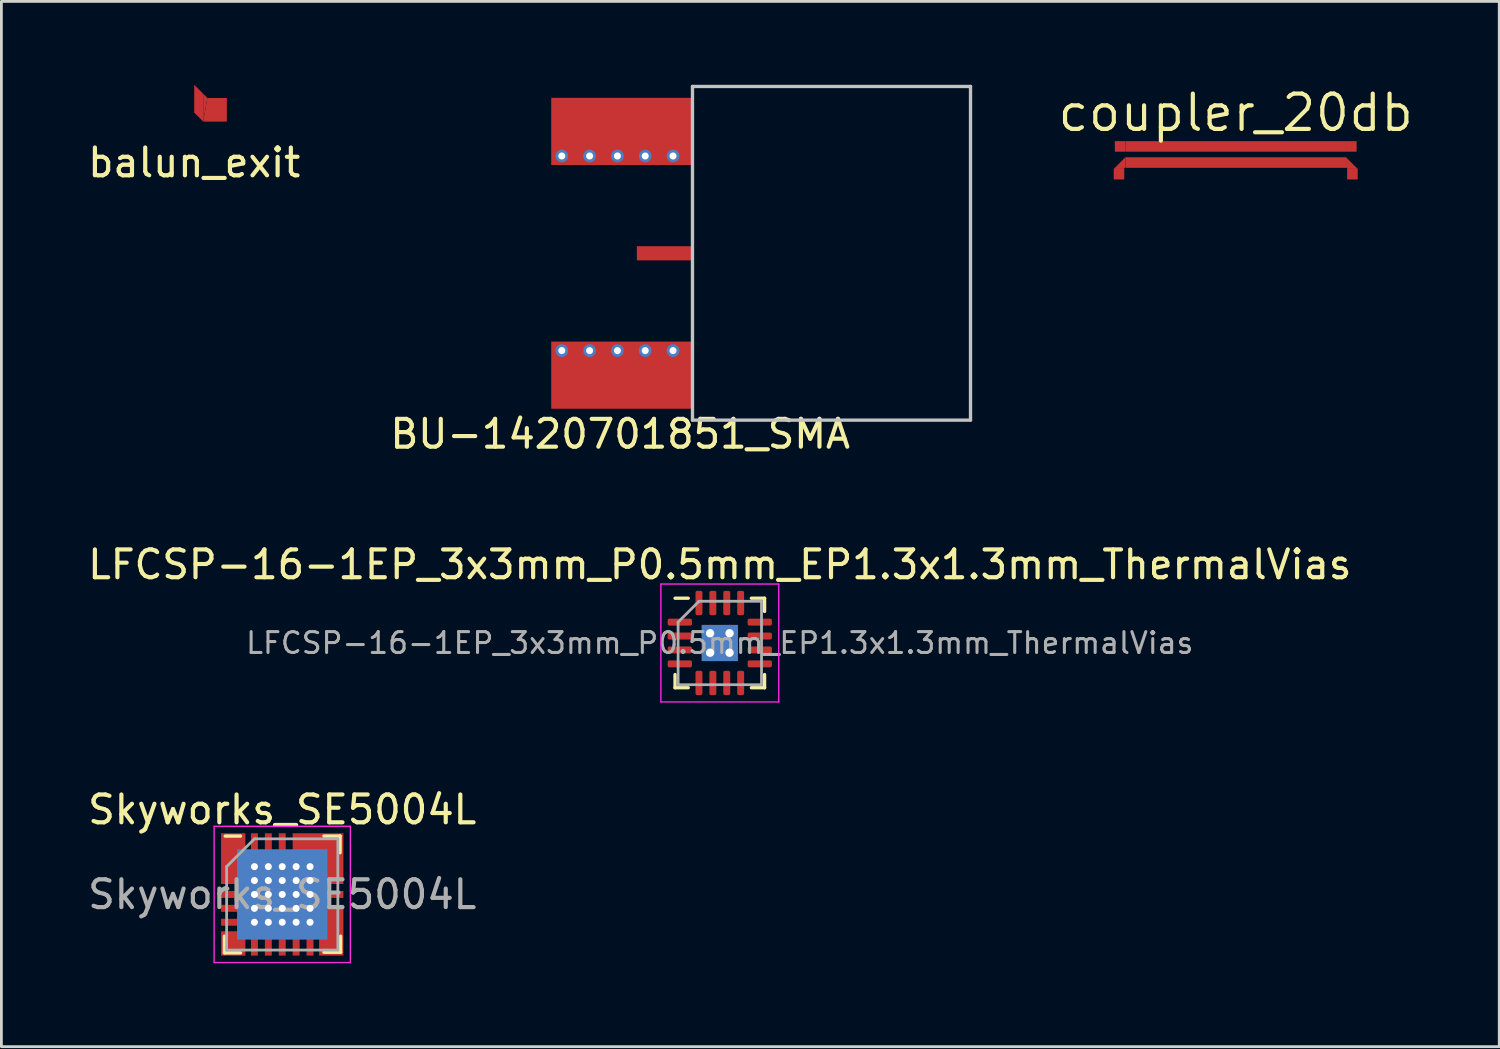
<source format=kicad_pcb>
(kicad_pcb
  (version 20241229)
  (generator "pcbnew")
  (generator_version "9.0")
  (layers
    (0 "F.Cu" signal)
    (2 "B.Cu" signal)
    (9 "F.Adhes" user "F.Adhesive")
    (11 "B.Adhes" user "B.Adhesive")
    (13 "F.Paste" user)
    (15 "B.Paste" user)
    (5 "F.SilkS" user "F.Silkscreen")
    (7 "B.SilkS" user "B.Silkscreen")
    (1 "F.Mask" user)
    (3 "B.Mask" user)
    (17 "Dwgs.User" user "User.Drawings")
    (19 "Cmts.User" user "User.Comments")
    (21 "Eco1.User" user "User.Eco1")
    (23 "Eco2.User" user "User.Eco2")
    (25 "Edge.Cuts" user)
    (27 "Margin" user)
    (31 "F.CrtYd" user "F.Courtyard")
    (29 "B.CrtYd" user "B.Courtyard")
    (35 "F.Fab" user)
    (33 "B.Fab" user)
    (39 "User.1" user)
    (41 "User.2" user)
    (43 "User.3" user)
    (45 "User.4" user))
  (footprint "Skyworks_SE5004L"
    (layer "F.Cu")
    (at 7.101 29.12)
    (property "Reference" "Skyworks_SE5004L" (at 0 -3.05 0) (layer "F.SilkS") (effects (font (size 1 1) (thickness 0.15))))
    (attr smd)
    (fp_poly (pts (xy -1.45 -0.825) (xy -2.25 -0.825) (xy -2.25 -1.175) (xy -1.45 -1.175)) (stroke (width 0) (type solid)) (fill yes) (layer "F.Mask"))
    (fp_poly (pts (xy -1.45 -0.325) (xy -2.25 -0.325) (xy -2.25 -0.675) (xy -1.45 -0.675)) (stroke (width 0) (type solid)) (fill yes) (layer "F.Mask"))
    (fp_poly (pts (xy -1.45 0.175) (xy -2.25 0.175) (xy -2.25 -0.175) (xy -1.45 -0.175)) (stroke (width 0) (type solid)) (fill yes) (layer "F.Mask"))
    (fp_poly (pts (xy -1.45 0.675) (xy -2.25 0.675) (xy -2.25 0.325) (xy -1.45 0.325)) (stroke (width 0) (type solid)) (fill yes) (layer "F.Mask"))
    (fp_poly (pts (xy -1.45 1.175) (xy -2.25 1.175) (xy -2.25 0.825) (xy -1.45 0.825)) (stroke (width 0) (type solid)) (fill yes) (layer "F.Mask"))
    (fp_poly (pts (xy -0.825 -2.25) (xy -0.825 -1.45) (xy -1.175 -1.45) (xy -1.175 -2.25)) (stroke (width 0) (type solid)) (fill yes) (layer "F.Mask"))
    (fp_poly (pts (xy -0.825 1.45) (xy -0.825 2.25) (xy -1.175 2.25) (xy -1.175 1.45)) (stroke (width 0) (type solid)) (fill yes) (layer "F.Mask"))
    (fp_poly (pts (xy -0.325 -2.25) (xy -0.325 -1.45) (xy -0.675 -1.45) (xy -0.675 -2.25)) (stroke (width 0) (type solid)) (fill yes) (layer "F.Mask"))
    (fp_poly (pts (xy -0.325 1.45) (xy -0.325 2.25) (xy -0.675 2.25) (xy -0.675 1.45)) (stroke (width 0) (type solid)) (fill yes) (layer "F.Mask"))
    (fp_poly (pts (xy 0.175 -2.25) (xy 0.175 -1.45) (xy -0.175 -1.45) (xy -0.175 -2.25)) (stroke (width 0) (type solid)) (fill yes) (layer "F.Mask"))
    (fp_poly (pts (xy 0.175 1.45) (xy 0.175 2.25) (xy -0.175 2.25) (xy -0.175 1.45)) (stroke (width 0) (type solid)) (fill yes) (layer "F.Mask"))
    (fp_poly (pts (xy 0.675 -2.25) (xy 0.675 -1.45) (xy 0.325 -1.45) (xy 0.325 -2.25)) (stroke (width 0) (type solid)) (fill yes) (layer "F.Mask"))
    (fp_poly (pts (xy 0.675 1.45) (xy 0.675 2.25) (xy 0.325 2.25) (xy 0.325 1.45)) (stroke (width 0) (type solid)) (fill yes) (layer "F.Mask"))
    (fp_poly (pts (xy 1.175 -2.25) (xy 1.175 -1.45) (xy 0.825 -1.45) (xy 0.825 -2.25)) (stroke (width 0) (type solid)) (fill yes) (layer "F.Mask"))
    (fp_poly (pts (xy 1.175 1.45) (xy 1.175 2.25) (xy 0.825 2.25) (xy 0.825 1.45)) (stroke (width 0) (type solid)) (fill yes) (layer "F.Mask"))
    (fp_poly (pts (xy 1.2 1.2) (xy -1.2 1.2) (xy -1.2 -1.2) (xy 1.2 -1.2)) (stroke (width 0) (type solid)) (fill yes) (layer "F.Mask"))
    (fp_poly (pts (xy 2.25 -0.825) (xy 1.45 -0.825) (xy 1.45 -1.175) (xy 2.25 -1.175)) (stroke (width 0) (type solid)) (fill yes) (layer "F.Mask"))
    (fp_poly (pts (xy 2.25 -0.325) (xy 1.45 -0.325) (xy 1.45 -0.675) (xy 2.25 -0.675)) (stroke (width 0) (type solid)) (fill yes) (layer "F.Mask"))
    (fp_poly (pts (xy 2.25 0.175) (xy 1.45 0.175) (xy 1.45 -0.175) (xy 2.25 -0.175)) (stroke (width 0) (type solid)) (fill yes) (layer "F.Mask"))
    (fp_poly (pts (xy 2.25 0.675) (xy 1.45 0.675) (xy 1.45 0.325) (xy 2.25 0.325)) (stroke (width 0) (type solid)) (fill yes) (layer "F.Mask"))
    (fp_poly (pts (xy 2.25 1.175) (xy 1.45 1.175) (xy 1.45 0.825) (xy 2.25 0.825)) (stroke (width 0) (type solid)) (fill yes) (layer "F.Mask"))
    (fp_poly (pts (xy 1.625 1.625) (xy -1.625 1.625) (xy -1.625 -1.625) (xy 1.625 -1.625)) (stroke (width 0) (type solid)) (fill yes) (layer "B.Cu"))
    (fp_line (start -2.08 1.5) (end -2.08 2.1) (stroke (width 0.12) (type solid)) (layer "F.SilkS"))
    (fp_line (start -2.05 -2.1) (end -1.5 -2.1) (stroke (width 0.12) (type solid)) (layer "F.SilkS"))
    (fp_line (start -1.5 2.1) (end -2.08 2.1) (stroke (width 0.12) (type solid)) (layer "F.SilkS"))
    (fp_line (start 1.5 -2.1) (end 2.08 -2.1) (stroke (width 0.12) (type solid)) (layer "F.SilkS"))
    (fp_line (start 1.5 2.08) (end 2.1 2.08) (stroke (width 0.12) (type solid)) (layer "F.SilkS"))
    (fp_line (start 2.08 -1.5) (end 2.08 -2.1) (stroke (width 0.12) (type solid)) (layer "F.SilkS"))
    (fp_line (start 2.1 1.5) (end 2.1 2.08) (stroke (width 0.12) (type solid)) (layer "F.SilkS"))
    (fp_poly (pts (xy -1.5 -0.875) (xy -2.2 -0.875) (xy -2.2 -1.125) (xy -1.5 -1.125)) (stroke (width 0) (type solid)) (fill yes) (layer "F.Paste"))
    (fp_poly (pts (xy -1.5 -0.375) (xy -2.2 -0.375) (xy -2.2 -0.625) (xy -1.5 -0.625)) (stroke (width 0) (type solid)) (fill yes) (layer "F.Paste"))
    (fp_poly (pts (xy -0.1 -0.1) (xy -1.15 -0.1) (xy -1.15 -1.15) (xy -0.1 -1.15)) (stroke (width 0) (type solid)) (fill yes) (layer "F.Paste"))
    (fp_poly (pts (xy -0.1 1.15) (xy -1.15 1.15) (xy -1.15 0.1) (xy -0.1 0.1)) (stroke (width 0) (type solid)) (fill yes) (layer "F.Paste"))
    (fp_poly (pts (xy 0.375 -1.5) (xy 0.375 -2.2) (xy 0.625 -2.2) (xy 0.625 -1.5)) (stroke (width 0) (type solid)) (fill yes) (layer "F.Paste"))
    (fp_poly (pts (xy 0.875 -1.5) (xy 0.875 -2.2) (xy 1.125 -2.2) (xy 1.125 -1.5)) (stroke (width 0) (type solid)) (fill yes) (layer "F.Paste"))
    (fp_poly (pts (xy 1.15 -0.1) (xy 0.1 -0.1) (xy 0.1 -1.15) (xy 1.15 -1.15)) (stroke (width 0) (type solid)) (fill yes) (layer "F.Paste"))
    (fp_poly (pts (xy 1.15 1.15) (xy 0.1 1.15) (xy 0.1 0.1) (xy 1.15 0.1)) (stroke (width 0) (type solid)) (fill yes) (layer "F.Paste"))
    (fp_poly (pts (xy 2.2 -0.875) (xy 1.5 -0.875) (xy 1.5 -1.125) (xy 2.2 -1.125)) (stroke (width 0) (type solid)) (fill yes) (layer "F.Paste"))
    (fp_poly (pts (xy 2.2 -0.375) (xy 1.5 -0.375) (xy 1.5 -0.625) (xy 2.2 -0.625)) (stroke (width 0) (type solid)) (fill yes) (layer "F.Paste"))
    (fp_poly (pts (xy 2.2 0.625) (xy 1.5 0.625) (xy 1.5 0.375) (xy 2.2 0.375)) (stroke (width 0) (type solid)) (fill yes) (layer "F.Paste"))
    (fp_poly (pts (xy 2.2 1.125) (xy 1.5 1.125) (xy 1.5 0.875) (xy 2.2 0.875)) (stroke (width 0) (type solid)) (fill yes) (layer "F.Paste"))
    (fp_line (start -2.45 -2.45) (end 2.45 -2.45) (stroke (width 0.05) (type solid)) (layer "F.CrtYd"))
    (fp_line (start -2.45 2.45) (end -2.45 -2.45) (stroke (width 0.05) (type solid)) (layer "F.CrtYd"))
    (fp_line (start 2.45 -2.45) (end 2.45 2.45) (stroke (width 0.05) (type solid)) (layer "F.CrtYd"))
    (fp_line (start 2.45 2.45) (end -2.45 2.45) (stroke (width 0.05) (type solid)) (layer "F.CrtYd"))
    (fp_line (start -2 -1) (end -1 -2) (stroke (width 0.1) (type solid)) (layer "F.Fab"))
    (fp_line (start -2 2) (end -2 -1) (stroke (width 0.1) (type solid)) (layer "F.Fab"))
    (fp_line (start -1 -2) (end 2 -2) (stroke (width 0.1) (type solid)) (layer "F.Fab"))
    (fp_line (start 2 -2) (end 2 2) (stroke (width 0.1) (type solid)) (layer "F.Fab"))
    (fp_line (start 2 2) (end -2 2) (stroke (width 0.1) (type solid)) (layer "F.Fab"))
    (fp_text user "${REFERENCE}" (at 0 0 0) (layer "F.Fab") (effects (font (size 1 1) (thickness 0.15))))
    (pad "1" thru_hole circle (at -1 -1 270) (size 0.254 0.254) (drill 0.254) (layers "*.Cu" "F.Mask"))
    (pad "1" thru_hole circle (at -1 -0.5 270) (size 0.254 0.254) (drill 0.254) (layers "*.Cu" "F.Mask"))
    (pad "1" thru_hole circle (at -1 0 270) (size 0.254 0.254) (drill 0.254) (layers "*.Cu" "F.Mask"))
    (pad "1" thru_hole circle (at -1 0.5 270) (size 0.254 0.254) (drill 0.254) (layers "*.Cu" "F.Mask"))
    (pad "1" thru_hole circle (at -1 1 270) (size 0.254 0.254) (drill 0.254) (layers "*.Cu" "F.Mask"))
    (pad "1" thru_hole circle (at -0.5 -1 270) (size 0.254 0.254) (drill 0.254) (layers "*.Cu" "F.Mask"))
    (pad "1" thru_hole circle (at -0.5 -0.5 270) (size 0.254 0.254) (drill 0.254) (layers "*.Cu" "F.Mask"))
    (pad "1" thru_hole circle (at -0.5 0 270) (size 0.254 0.254) (drill 0.254) (layers "*.Cu" "F.Mask"))
    (pad "1" thru_hole circle (at -0.5 0.5 270) (size 0.254 0.254) (drill 0.254) (layers "*.Cu" "F.Mask"))
    (pad "1" thru_hole circle (at -0.5 1 270) (size 0.254 0.254) (drill 0.254) (layers "*.Cu" "F.Mask"))
    (pad "1" thru_hole circle (at 0 -1 270) (size 0.254 0.254) (drill 0.254) (layers "*.Cu" "F.Mask"))
    (pad "1" thru_hole circle (at 0 -0.5 270) (size 0.254 0.254) (drill 0.254) (layers "*.Cu" "F.Mask"))
    (pad "1" smd custom (at 0 0) (size 0.25 0.7) (layers "F.Cu") (options (anchor rect)) (primitives (gr_poly (pts (xy -1.325 -1.3) (xy 0.375 -1.3) (xy 0.375 -2.2) (xy 2.2 -2.2) (xy 2.2 -0.375) (xy 1.3 -0.375) (xy 1.3 0.375) (xy 2.2 0.375) (xy 2.2 2.2) (xy 1.325 2.2) (xy 1.325 1.3) (xy -1.21 1.3) (xy -1.325 1.415) (xy -1.325 2.2) (xy -2.2 2.2) (xy -2.2 1.325) (xy -1.415 1.325) (xy -1.3 1.21) (xy -1.3 0.625) (xy -2.2 0.625) (xy -2.2 0.375) (xy -1.3 0.375) (xy -1.3 -0.375) (xy -2.2 -0.375) (xy -2.2 -2.2) (xy -1.325 -2.2)) (width 0) (fill yes))))
    (pad "1" thru_hole circle (at 0 0 270) (size 0.254 0.254) (drill 0.254) (layers "*.Cu" "F.Mask"))
    (pad "1" thru_hole circle (at 0 0.5 270) (size 0.254 0.254) (drill 0.254) (layers "*.Cu" "F.Mask"))
    (pad "1" thru_hole circle (at 0 1 270) (size 0.254 0.254) (drill 0.254) (layers "*.Cu" "F.Mask"))
    (pad "1" thru_hole circle (at 0.5 -1 270) (size 0.254 0.254) (drill 0.254) (layers "*.Cu" "F.Mask"))
    (pad "1" thru_hole circle (at 0.5 -0.5 270) (size 0.254 0.254) (drill 0.254) (layers "*.Cu" "F.Mask"))
    (pad "1" thru_hole circle (at 0.5 0 270) (size 0.254 0.254) (drill 0.254) (layers "*.Cu" "F.Mask"))
    (pad "1" thru_hole circle (at 0.5 0.5 270) (size 0.254 0.254) (drill 0.254) (layers "*.Cu" "F.Mask"))
    (pad "1" thru_hole circle (at 0.5 1 270) (size 0.254 0.254) (drill 0.254) (layers "*.Cu" "F.Mask"))
    (pad "1" thru_hole circle (at 1 -1 270) (size 0.254 0.254) (drill 0.254) (layers "*.Cu" "F.Mask"))
    (pad "1" thru_hole circle (at 1 -0.5 270) (size 0.254 0.254) (drill 0.254) (layers "*.Cu" "F.Mask"))
    (pad "1" thru_hole circle (at 1 0 270) (size 0.254 0.254) (drill 0.254) (layers "*.Cu" "F.Mask"))
    (pad "1" thru_hole circle (at 1 0.5 270) (size 0.254 0.254) (drill 0.254) (layers "*.Cu" "F.Mask"))
    (pad "1" thru_hole circle (at 1 1 270) (size 0.254 0.254) (drill 0.254) (layers "*.Cu" "F.Mask"))
    (pad "3" smd rect (at -1.85 0 90) (size 0.25 0.7) (layers "F.Cu" "F.Paste"))
    (pad "5" smd rect (at -1.85 1 90) (size 0.25 0.7) (layers "F.Cu" "F.Paste"))
    (pad "6" smd rect (at -1 1.85 180) (size 0.25 0.7) (layers "F.Cu" "F.Paste"))
    (pad "7" smd rect (at -0.5 1.85 180) (size 0.25 0.7) (layers "F.Cu" "F.Paste"))
    (pad "8" smd rect (at 0 1.85 180) (size 0.25 0.7) (layers "F.Cu" "F.Paste"))
    (pad "9" smd rect (at 0.5 1.85 180) (size 0.25 0.7) (layers "F.Cu" "F.Paste"))
    (pad "10" smd rect (at 1 1.85 180) (size 0.25 0.7) (layers "F.Cu" "F.Paste"))
    (pad "13" smd rect (at 1.85 0 90) (size 0.25 0.7) (layers "F.Cu" "F.Paste"))
    (pad "18" smd rect (at 0 -1.85 180) (size 0.25 0.7) (layers "F.Cu" "F.Paste"))
    (pad "19" smd rect (at -0.5 -1.85 180) (size 0.25 0.7) (layers "F.Cu" "F.Paste"))
    (pad "20" smd rect (at -1 -1.85 180) (size 0.25 0.7) (layers "F.Cu" "F.Paste")))
  (footprint "LFCSP-16-1EP_3x3mm_P0.5mm_EP1.3x1.3mm_ThermalVias"
    (layer "F.Cu")
    (at 22.839 20.076)
    (property "Reference" "LFCSP-16-1EP_3x3mm_P0.5mm_EP1.3x1.3mm_ThermalVias" (at 0 -2.82 0) (layer "F.SilkS") (effects (font (size 1 1) (thickness 0.15))))
    (attr smd)
    (fp_line (start -1.61 1.61) (end -1.61 1.135) (stroke (width 0.12) (type solid)) (layer "F.SilkS"))
    (fp_line (start -1.135 -1.61) (end -1.61 -1.61) (stroke (width 0.12) (type solid)) (layer "F.SilkS"))
    (fp_line (start -1.135 1.61) (end -1.61 1.61) (stroke (width 0.12) (type solid)) (layer "F.SilkS"))
    (fp_line (start 1.135 -1.61) (end 1.61 -1.61) (stroke (width 0.12) (type solid)) (layer "F.SilkS"))
    (fp_line (start 1.135 1.61) (end 1.61 1.61) (stroke (width 0.12) (type solid)) (layer "F.SilkS"))
    (fp_line (start 1.61 -1.61) (end 1.61 -1.135) (stroke (width 0.12) (type solid)) (layer "F.SilkS"))
    (fp_line (start 1.61 1.61) (end 1.61 1.135) (stroke (width 0.12) (type solid)) (layer "F.SilkS"))
    (fp_line (start -2.12 -2.12) (end -2.12 2.12) (stroke (width 0.05) (type solid)) (layer "F.CrtYd"))
    (fp_line (start -2.12 2.12) (end 2.12 2.12) (stroke (width 0.05) (type solid)) (layer "F.CrtYd"))
    (fp_line (start 2.12 -2.12) (end -2.12 -2.12) (stroke (width 0.05) (type solid)) (layer "F.CrtYd"))
    (fp_line (start 2.12 2.12) (end 2.12 -2.12) (stroke (width 0.05) (type solid)) (layer "F.CrtYd"))
    (fp_line (start -1.5 -0.75) (end -0.75 -1.5) (stroke (width 0.1) (type solid)) (layer "F.Fab"))
    (fp_line (start -1.5 1.5) (end -1.5 -0.75) (stroke (width 0.1) (type solid)) (layer "F.Fab"))
    (fp_line (start -0.75 -1.5) (end 1.5 -1.5) (stroke (width 0.1) (type solid)) (layer "F.Fab"))
    (fp_line (start 1.5 -1.5) (end 1.5 1.5) (stroke (width 0.1) (type solid)) (layer "F.Fab"))
    (fp_line (start 1.5 1.5) (end -1.5 1.5) (stroke (width 0.1) (type solid)) (layer "F.Fab"))
    (fp_text user "${REFERENCE}" (at 0 0 0) (layer "F.Fab") (effects (font (size 0.75 0.75) (thickness 0.11))))
    (pad "" smd roundrect (at -0.325 -0.325) (size 0.56 0.56) (layers "F.Paste") (roundrect_rratio 0.25))
    (pad "" smd roundrect (at -0.325 0.325) (size 0.56 0.56) (layers "F.Paste") (roundrect_rratio 0.25))
    (pad "" smd roundrect (at 0.325 -0.325) (size 0.56 0.56) (layers "F.Paste") (roundrect_rratio 0.25))
    (pad "" smd roundrect (at 0.325 0.325) (size 0.56 0.56) (layers "F.Paste") (roundrect_rratio 0.25))
    (pad "1" smd roundrect (at -1.438 -0.75) (size 0.875 0.25) (layers "F.Cu" "F.Mask" "F.Paste") (roundrect_rratio 0.25))
    (pad "2" smd roundrect (at -1.438 -0.25) (size 0.875 0.25) (layers "F.Cu" "F.Mask" "F.Paste") (roundrect_rratio 0.25))
    (pad "3" smd roundrect (at -1.438 0.25) (size 0.875 0.25) (layers "F.Cu" "F.Mask" "F.Paste") (roundrect_rratio 0.25))
    (pad "4" smd roundrect (at -1.438 0.75) (size 0.875 0.25) (layers "F.Cu" "F.Mask" "F.Paste") (roundrect_rratio 0.25))
    (pad "5" smd roundrect (at -0.75 1.438) (size 0.25 0.875) (layers "F.Cu" "F.Mask" "F.Paste") (roundrect_rratio 0.25))
    (pad "6" smd roundrect (at -0.25 1.438) (size 0.25 0.875) (layers "F.Cu" "F.Mask" "F.Paste") (roundrect_rratio 0.25))
    (pad "7" smd roundrect (at 0.25 1.438) (size 0.25 0.875) (layers "F.Cu" "F.Mask" "F.Paste") (roundrect_rratio 0.25))
    (pad "8" smd roundrect (at 0.75 1.438) (size 0.25 0.875) (layers "F.Cu" "F.Mask" "F.Paste") (roundrect_rratio 0.25))
    (pad "9" smd roundrect (at 1.438 0.75) (size 0.875 0.25) (layers "F.Cu" "F.Mask" "F.Paste") (roundrect_rratio 0.25))
    (pad "10" smd roundrect (at 1.438 0.25) (size 0.875 0.25) (layers "F.Cu" "F.Mask" "F.Paste") (roundrect_rratio 0.25))
    (pad "11" smd roundrect (at 1.438 -0.25) (size 0.875 0.25) (layers "F.Cu" "F.Mask" "F.Paste") (roundrect_rratio 0.25))
    (pad "12" smd roundrect (at 1.438 -0.75) (size 0.875 0.25) (layers "F.Cu" "F.Mask" "F.Paste") (roundrect_rratio 0.25))
    (pad "13" smd roundrect (at 0.75 -1.438) (size 0.25 0.875) (layers "F.Cu" "F.Mask" "F.Paste") (roundrect_rratio 0.25))
    (pad "14" smd roundrect (at 0.25 -1.438) (size 0.25 0.875) (layers "F.Cu" "F.Mask" "F.Paste") (roundrect_rratio 0.25))
    (pad "15" smd roundrect (at -0.25 -1.438) (size 0.25 0.875) (layers "F.Cu" "F.Mask" "F.Paste") (roundrect_rratio 0.25))
    (pad "16" smd roundrect (at -0.75 -1.438) (size 0.25 0.875) (layers "F.Cu" "F.Mask" "F.Paste") (roundrect_rratio 0.25))
    (pad "17" thru_hole circle (at -0.35 -0.35) (size 0.6 0.6) (drill 0.3) (layers "*.Cu"))
    (pad "17" thru_hole circle (at -0.35 0.35) (size 0.6 0.6) (drill 0.3) (layers "*.Cu"))
    (pad "17" smd rect (at 0 0) (size 1.3 1.3) (layers "F.Cu" "F.Mask"))
    (pad "17" smd rect (at 0 0) (size 1.3 1.3) (layers "B.Cu"))
    (pad "17" thru_hole circle (at 0.35 -0.35) (size 0.6 0.6) (drill 0.3) (layers "*.Cu"))
    (pad "17" thru_hole circle (at 0.35 0.35) (size 0.6 0.6) (drill 0.3) (layers "*.Cu")))
  (footprint "BU-1420701851_SMA"
    (layer "F.Cu")
    (at 21.856 6.06)
    (property "Reference" "BU-1420701851_SMA" (at -2.6 6.5 0) (layer "F.SilkS") (effects (font (size 1 1) (thickness 0.15))))
    (attr through_hole)
    (fp_line (start 0 -6) (end 0 6) (stroke (width 0.12) (type solid)) (layer "Dwgs.User"))
    (fp_line (start 0 6) (end 10 6) (stroke (width 0.12) (type solid)) (layer "Dwgs.User"))
    (fp_line (start 10 -6) (end 0 -6) (stroke (width 0.12) (type solid)) (layer "Dwgs.User"))
    (fp_line (start 10 6) (end 10 -6) (stroke (width 0.12) (type solid)) (layer "Dwgs.User"))
    (pad "1" smd rect (at -1 0) (size 2 0.51) (layers "F.Cu" "F.Mask"))
    (pad "2" thru_hole circle (at -4.7 -3.5) (size 0.457 0.457) (drill 0.254) (layers "*.Cu" "*.Mask"))
    (pad "2" thru_hole circle (at -4.7 3.5) (size 0.457 0.457) (drill 0.254) (layers "*.Cu" "*.Mask"))
    (pad "2" thru_hole circle (at -3.7 -3.5) (size 0.457 0.457) (drill 0.254) (layers "*.Cu" "*.Mask"))
    (pad "2" thru_hole circle (at -3.7 3.5) (size 0.457 0.457) (drill 0.254) (layers "*.Cu" "*.Mask"))
    (pad "2" thru_hole circle (at -2.7 -3.5) (size 0.457 0.457) (drill 0.254) (layers "*.Cu" "*.Mask"))
    (pad "2" thru_hole circle (at -2.7 3.5) (size 0.457 0.457) (drill 0.254) (layers "*.Cu" "*.Mask"))
    (pad "2" smd rect (at -2.54 -4.383) (size 5.08 2.415) (layers "F.Cu" "F.Mask"))
    (pad "2" smd rect (at -2.54 4.383) (size 5.08 2.415) (layers "F.Cu" "F.Mask"))
    (pad "2" thru_hole circle (at -1.7 -3.5) (size 0.457 0.457) (drill 0.254) (layers "*.Cu" "*.Mask"))
    (pad "2" thru_hole circle (at -1.7 3.5) (size 0.457 0.457) (drill 0.254) (layers "*.Cu" "*.Mask"))
    (pad "2" thru_hole circle (at -0.7 -3.5) (size 0.457 0.457) (drill 0.254) (layers "*.Cu" "*.Mask"))
    (pad "2" thru_hole circle (at -0.7 3.5) (size 0.457 0.457) (drill 0.254) (layers "*.Cu" "*.Mask")))
  (footprint "coupler_20db"
    (layer "F.Cu")
    (at 41.394 2.506)
    (property "Reference" "coupler_20db" (at 0 -1.5 0) (layer "F.SilkS") (effects (font (size 1.27 1.27) (thickness 0.15))))
    (attr exclude_from_pos_files exclude_from_bom)
    (fp_poly (pts (xy -3.968 -0.1) (xy -3.968 -0.48) (xy 3.968 -0.48) (xy 3.968 -0.1)) (stroke (width 0) (type solid)) (fill yes) (layer "F.Cu"))
    (fp_poly (pts (xy -3.968 0.48) (xy -3.968 0.1) (xy 3.968 0.1) (xy 3.968 0.48)) (stroke (width 0) (type solid)) (fill yes) (layer "F.Cu"))
    (fp_poly (pts (xy -4.388 0.519) (xy -4.008 0.519) (xy -4.008 0.48) (xy -3.968 0.48) (xy -3.968 0.1)) (stroke (width 0) (type solid)) (fill yes) (layer "F.Cu"))
    (fp_poly (pts (xy 3.968 0.1) (xy 3.968 0.48) (xy 4.008 0.48) (xy 4.008 0.519) (xy 4.388 0.519)) (stroke (width 0) (type solid)) (fill yes) (layer "F.Cu"))
    (pad "1" smd rect (at -4.158 -0.29) (size 0.38 0.38) (layers "F.Cu"))
    (pad "2" smd rect (at 4.158 -0.29) (size 0.38 0.38) (layers "F.Cu"))
    (pad "3" smd rect (at -4.198 0.709) (size 0.38 0.38) (layers "F.Cu"))
    (pad "4" smd rect (at 4.198 0.709) (size 0.38 0.38) (layers "F.Cu")))
  (footprint "balun_exit"
    (layer "F.Cu")
    (at 3.935 1)
    (property "Reference" "balun_exit" (at 0 1.8 0) (layer "F.SilkS") (effects (font (size 1 1) (thickness 0.15))))
    (attr through_hole)
    (fp_poly (pts (xy 0.324 -0.676) (xy 0.324 0.324) (xy 0.474 -0.526)) (stroke (width 0) (type solid)) (fill yes) (layer "F.Cu"))
    (pad "1" smd custom (at 0.16 -0.37) (size 0.1 0.1) (layers "F.Cu") (options (anchor rect)) (primitives (gr_poly (pts (xy -0.16 0.37) (xy 0.164 0.694) (xy 0.164 -0.306) (xy -0.16 -0.63)) (width 0) (fill yes))))
    (pad "1" smd custom (at 0.824 -0.101) (size 0.1 0.1) (layers "F.Cu") (options (anchor rect)) (primitives (gr_poly (pts (xy -0.35 -0.425) (xy -0.5 0.425) (xy 0.35 0.425) (xy 0.35 -0.425)) (width 0) (fill yes)))))
  (gr_rect
    (start -3 -3)
    (end 50.872 34.595)
    (stroke (width 0.1) (type default))
    (fill no)
    (layer "Edge.Cuts")))
</source>
